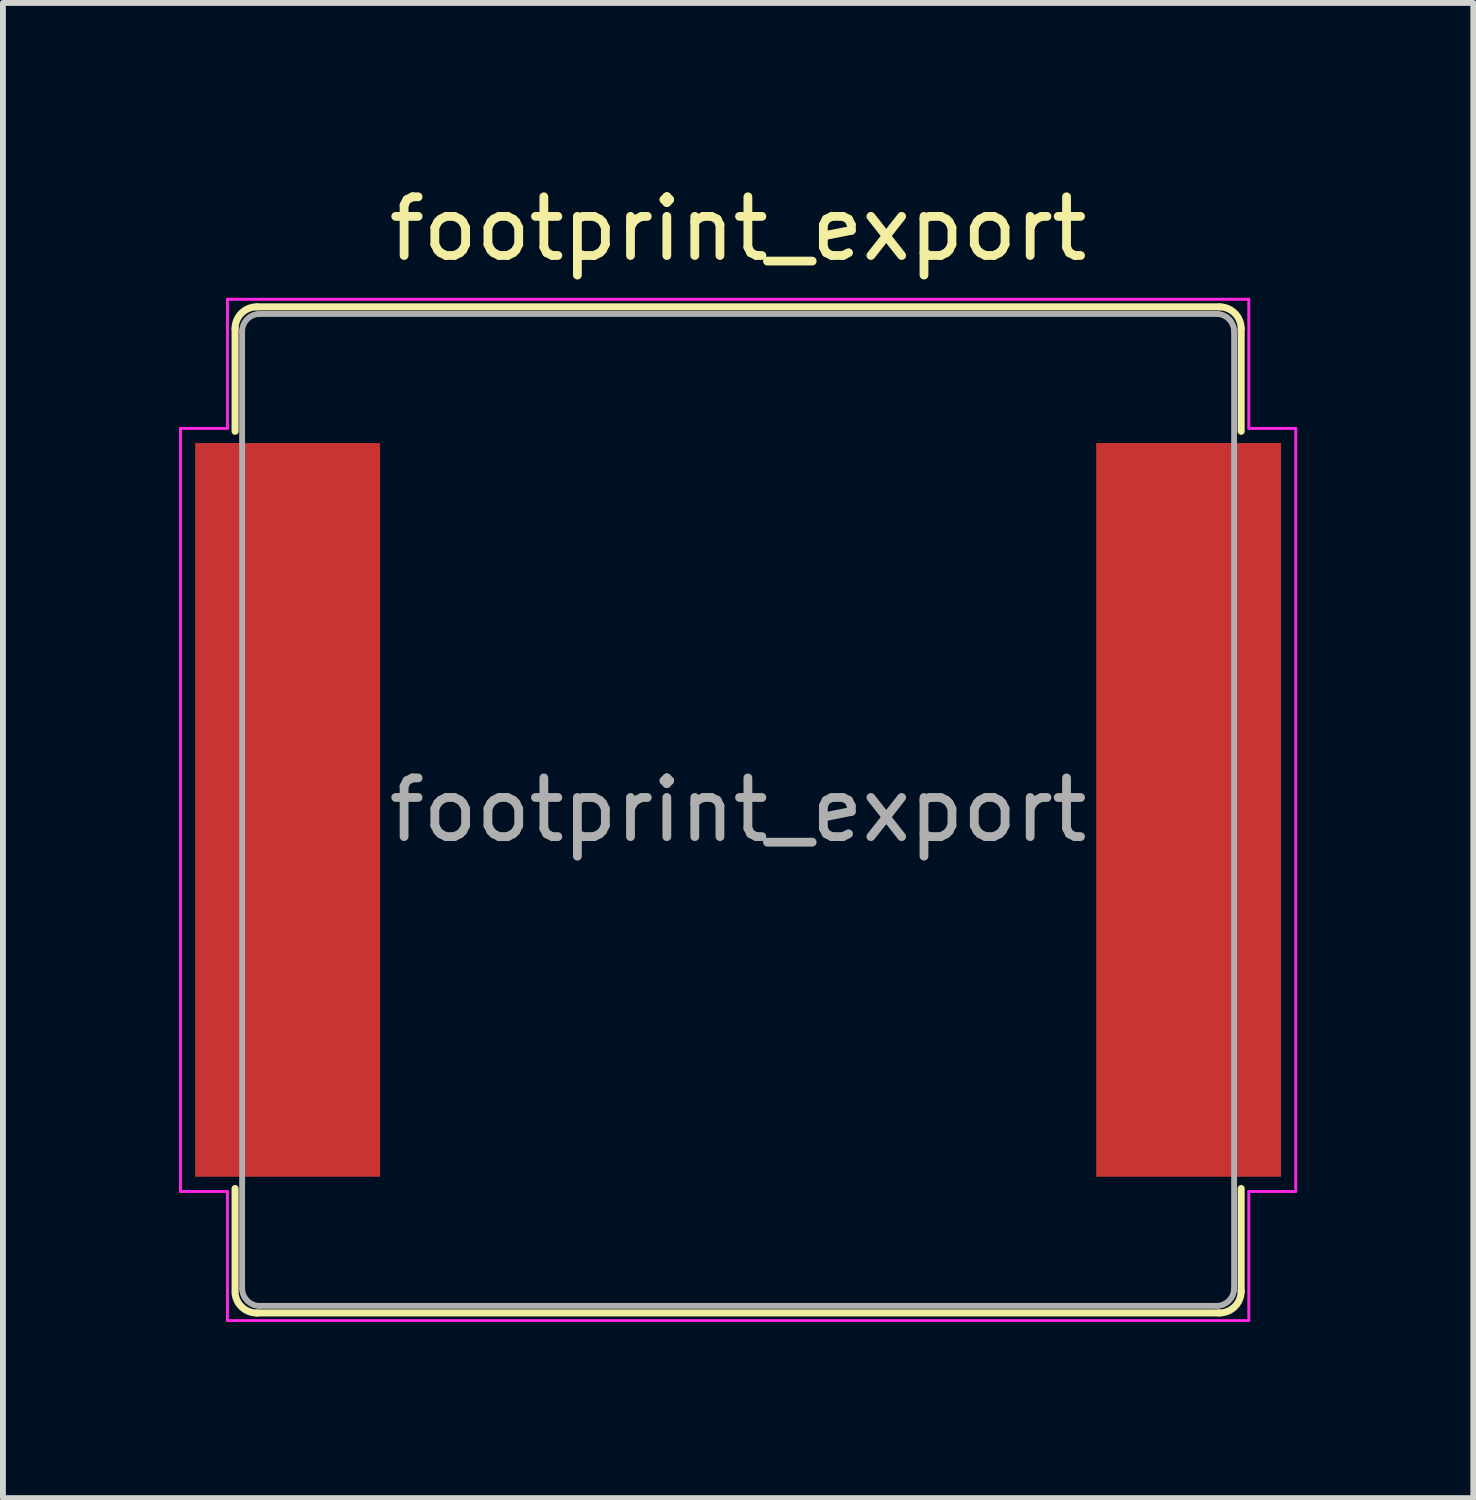
<source format=kicad_pcb>
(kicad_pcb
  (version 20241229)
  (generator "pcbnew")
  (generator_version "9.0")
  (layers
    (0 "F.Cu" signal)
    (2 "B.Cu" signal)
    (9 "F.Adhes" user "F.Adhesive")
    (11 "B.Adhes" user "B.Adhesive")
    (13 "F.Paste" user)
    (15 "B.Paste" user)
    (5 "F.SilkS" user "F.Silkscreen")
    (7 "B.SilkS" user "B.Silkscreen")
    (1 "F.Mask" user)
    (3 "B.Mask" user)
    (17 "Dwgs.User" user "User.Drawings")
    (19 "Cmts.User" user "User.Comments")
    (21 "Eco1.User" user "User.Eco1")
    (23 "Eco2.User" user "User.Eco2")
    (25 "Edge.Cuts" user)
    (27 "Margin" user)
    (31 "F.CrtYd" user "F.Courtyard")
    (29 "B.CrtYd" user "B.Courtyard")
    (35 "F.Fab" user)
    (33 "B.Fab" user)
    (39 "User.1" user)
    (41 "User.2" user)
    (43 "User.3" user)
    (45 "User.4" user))
  (footprint "footprint_export"
    (layer "F.Cu")
    (at 9.525 10.748)
    (property "Reference" "footprint_export" (at 0 -9.9 0) (layer "F.SilkS") (effects (font (size 1 1) (thickness 0.15))))
    (attr smd)
    (fp_line (start -8.57 -8.2) (end -8.57 -6.45) (stroke (width 0.12) (type solid)) (layer "F.SilkS"))
    (fp_line (start -8.57 6.45) (end -8.57 8.2) (stroke (width 0.12) (type solid)) (layer "F.SilkS"))
    (fp_line (start -8.2 -8.57) (end 8.2 -8.57) (stroke (width 0.12) (type solid)) (layer "F.SilkS"))
    (fp_line (start 8.2 8.57) (end -8.2 8.57) (stroke (width 0.12) (type solid)) (layer "F.SilkS"))
    (fp_line (start 8.57 -8.2) (end 8.57 -6.45) (stroke (width 0.12) (type solid)) (layer "F.SilkS"))
    (fp_line (start 8.57 6.45) (end 8.57 8.2) (stroke (width 0.12) (type solid)) (layer "F.SilkS"))
    (fp_arc (start -8.57 -8.2) (mid -8.46163 -8.46163) (end -8.2 -8.57) (stroke (width 0.12) (type solid)) (layer "F.SilkS"))
    (fp_arc (start -8.2 8.571214) (mid -8.451658 8.472888) (end -8.57 8.23) (stroke (width 0.12) (type solid)) (layer "F.SilkS"))
    (fp_arc (start 8.209248 -8.569884) (mid 8.464879 -8.458339) (end 8.57 -8.2) (stroke (width 0.12) (type solid)) (layer "F.SilkS"))
    (fp_arc (start 8.570135 8.2) (mid 8.458165 8.465237) (end 8.19 8.57) (stroke (width 0.12) (type solid)) (layer "F.SilkS"))
    (fp_line (start -9.5 -6.5) (end -9.5 6.5) (stroke (width 0.05) (type solid)) (layer "F.CrtYd"))
    (fp_line (start -9.5 -6.5) (end -8.7 -6.5) (stroke (width 0.05) (type solid)) (layer "F.CrtYd"))
    (fp_line (start -8.7 -8.7) (end -8.7 -6.5) (stroke (width 0.05) (type solid)) (layer "F.CrtYd"))
    (fp_line (start -8.7 -8.7) (end 8.7 -8.7) (stroke (width 0.05) (type solid)) (layer "F.CrtYd"))
    (fp_line (start -8.7 6.5) (end -9.5 6.5) (stroke (width 0.05) (type solid)) (layer "F.CrtYd"))
    (fp_line (start -8.7 8.7) (end -8.7 6.5) (stroke (width 0.05) (type solid)) (layer "F.CrtYd"))
    (fp_line (start 8.7 -8.7) (end 8.7 -6.5) (stroke (width 0.05) (type solid)) (layer "F.CrtYd"))
    (fp_line (start 8.7 6.5) (end 8.7 8.7) (stroke (width 0.05) (type solid)) (layer "F.CrtYd"))
    (fp_line (start 8.7 8.7) (end -8.7 8.7) (stroke (width 0.05) (type solid)) (layer "F.CrtYd"))
    (fp_line (start 9.5 -6.5) (end 8.7 -6.5) (stroke (width 0.05) (type solid)) (layer "F.CrtYd"))
    (fp_line (start 9.5 -6.5) (end 9.5 6.5) (stroke (width 0.05) (type solid)) (layer "F.CrtYd"))
    (fp_line (start 9.5 6.5) (end 8.7 6.5) (stroke (width 0.05) (type solid)) (layer "F.CrtYd"))
    (fp_line (start -8.45 -8.15) (end -8.45 8.15) (stroke (width 0.1) (type solid)) (layer "F.Fab"))
    (fp_line (start -8.15 -8.45) (end 8.15 -8.45) (stroke (width 0.1) (type solid)) (layer "F.Fab"))
    (fp_line (start 8.15 8.45) (end -8.15 8.45) (stroke (width 0.1) (type solid)) (layer "F.Fab"))
    (fp_line (start 8.45 -8.15) (end 8.45 8.15) (stroke (width 0.1) (type solid)) (layer "F.Fab"))
    (fp_arc (start -8.45 -8.15) (mid -8.362132 -8.362132) (end -8.15 -8.45) (stroke (width 0.1) (type solid)) (layer "F.Fab"))
    (fp_arc (start -8.15 8.45) (mid -8.362132 8.362132) (end -8.45 8.15) (stroke (width 0.1) (type solid)) (layer "F.Fab"))
    (fp_arc (start 8.15 -8.45) (mid 8.362132 -8.362132) (end 8.45 -8.15) (stroke (width 0.1) (type solid)) (layer "F.Fab"))
    (fp_arc (start 8.45 8.15) (mid 8.362132 8.362132) (end 8.15 8.45) (stroke (width 0.1) (type solid)) (layer "F.Fab"))
    (fp_text user "${REFERENCE}" (at 0 0 0) (layer "F.Fab") (effects (font (size 1 1) (thickness 0.15))))
    (pad "1" smd rect (at -7.675 0) (size 3.15 12.5) (layers "F.Cu" "F.Mask" "F.Paste"))
    (pad "2" smd rect (at 7.675 0) (size 3.15 12.5) (layers "F.Cu" "F.Mask" "F.Paste")))
  (gr_rect
    (start -3 -3)
    (end 22.05 22.473)
    (stroke (width 0.1) (type default))
    (fill no)
    (layer "Edge.Cuts")))
</source>
